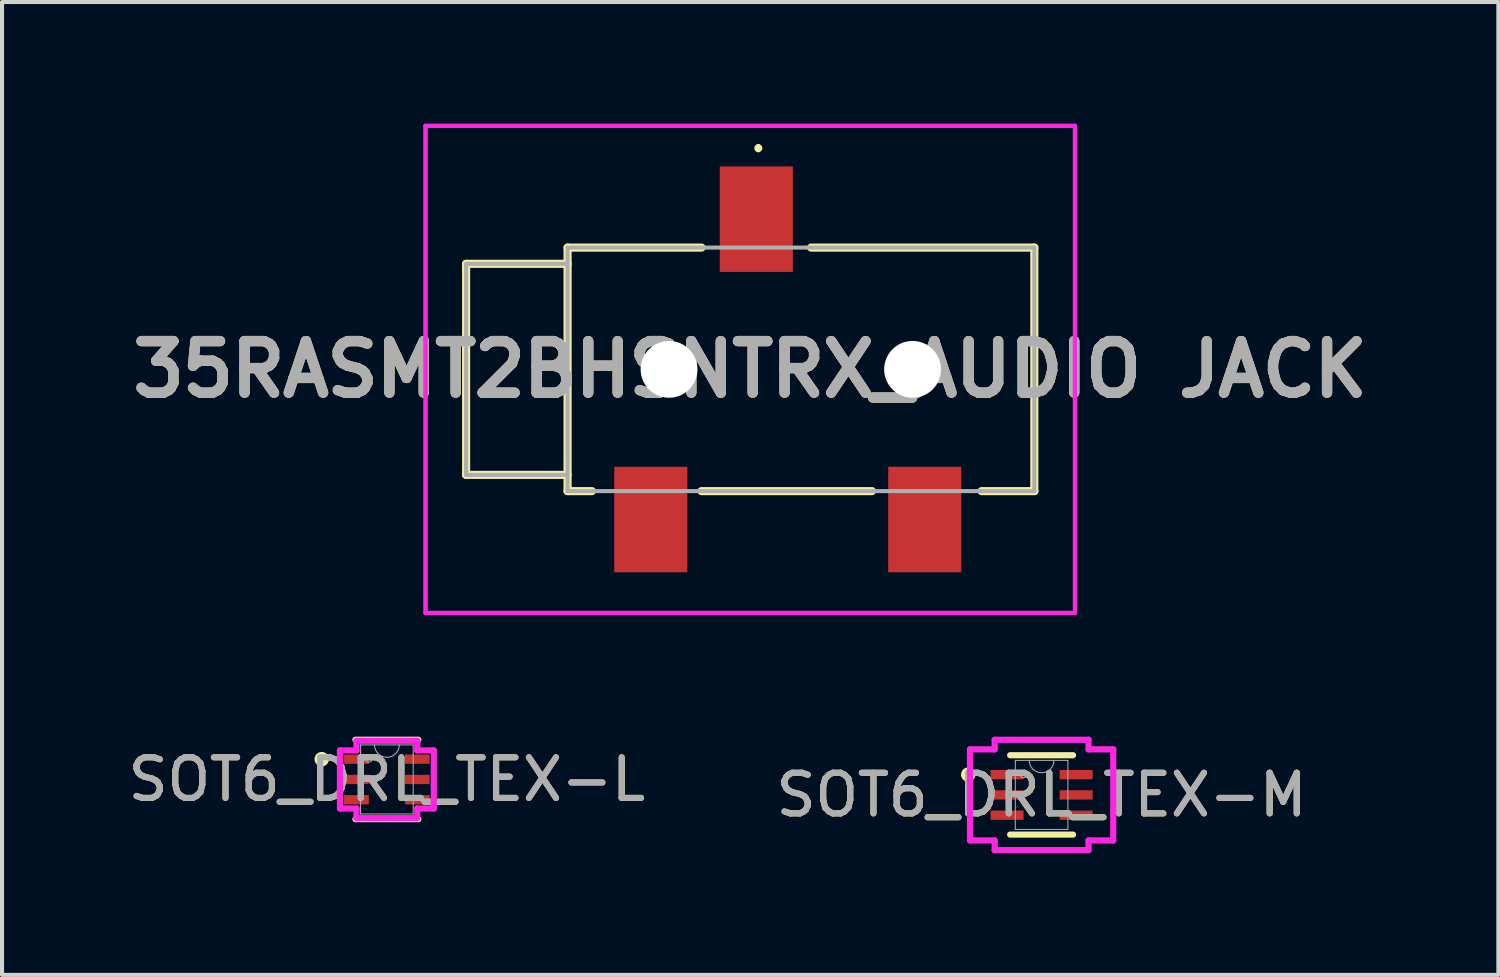
<source format=kicad_pcb>
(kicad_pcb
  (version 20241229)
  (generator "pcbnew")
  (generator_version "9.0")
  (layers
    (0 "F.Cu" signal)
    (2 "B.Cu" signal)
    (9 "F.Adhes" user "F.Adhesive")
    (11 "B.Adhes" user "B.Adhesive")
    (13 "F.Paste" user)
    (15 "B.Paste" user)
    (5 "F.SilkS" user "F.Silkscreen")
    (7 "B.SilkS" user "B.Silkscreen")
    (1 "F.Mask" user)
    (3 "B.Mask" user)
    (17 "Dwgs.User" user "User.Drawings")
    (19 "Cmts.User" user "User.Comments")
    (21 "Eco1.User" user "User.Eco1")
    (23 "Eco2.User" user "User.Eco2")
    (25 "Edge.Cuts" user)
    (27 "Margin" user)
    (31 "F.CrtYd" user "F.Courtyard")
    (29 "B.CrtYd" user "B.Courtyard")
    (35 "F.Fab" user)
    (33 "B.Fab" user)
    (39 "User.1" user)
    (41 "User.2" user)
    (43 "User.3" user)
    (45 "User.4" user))
  (footprint "SOT6_DRL_TEX-M"
    (layer "F.Cu")
    (at 22.613 16.535)
    (property "Reference" "SOT6_DRL_TEX-M" (at 0 0 0) (unlocked yes) (layer "F.SilkS") (effects (font (size 1 1) (thickness 0.15))))
    (attr smd)
    (fp_line (start -0.775 0.978) (end 0.775 0.978) (stroke (width 0.152) (type solid)) (layer "F.SilkS"))
    (fp_line (start 0.775 -0.978) (end -0.775 -0.978) (stroke (width 0.152) (type solid)) (layer "F.SilkS"))
    (fp_circle (center -1.808 -0.5) (end -1.707 -0.5) (stroke (width 0.152) (type solid)) (fill no) (layer "F.SilkS"))
    (fp_line (start -1.765 -1.122) (end -1.156 -1.122) (stroke (width 0.152) (type solid)) (layer "F.CrtYd"))
    (fp_line (start -1.765 1.122) (end -1.765 -1.122) (stroke (width 0.152) (type solid)) (layer "F.CrtYd"))
    (fp_line (start -1.765 1.122) (end -1.156 1.122) (stroke (width 0.152) (type solid)) (layer "F.CrtYd"))
    (fp_line (start -1.156 -1.359) (end 1.156 -1.359) (stroke (width 0.152) (type solid)) (layer "F.CrtYd"))
    (fp_line (start -1.156 -1.122) (end -1.156 -1.359) (stroke (width 0.152) (type solid)) (layer "F.CrtYd"))
    (fp_line (start -1.156 1.359) (end -1.156 1.122) (stroke (width 0.152) (type solid)) (layer "F.CrtYd"))
    (fp_line (start 1.156 -1.359) (end 1.156 -1.122) (stroke (width 0.152) (type solid)) (layer "F.CrtYd"))
    (fp_line (start 1.156 1.122) (end 1.156 1.359) (stroke (width 0.152) (type solid)) (layer "F.CrtYd"))
    (fp_line (start 1.156 1.359) (end -1.156 1.359) (stroke (width 0.152) (type solid)) (layer "F.CrtYd"))
    (fp_line (start 1.765 -1.122) (end 1.156 -1.122) (stroke (width 0.152) (type solid)) (layer "F.CrtYd"))
    (fp_line (start 1.765 -1.122) (end 1.765 1.122) (stroke (width 0.152) (type solid)) (layer "F.CrtYd"))
    (fp_line (start 1.765 1.122) (end 1.156 1.122) (stroke (width 0.152) (type solid)) (layer "F.CrtYd"))
    (fp_line (start -0.648 -0.851) (end -0.648 0.851) (stroke (width 0.025) (type solid)) (layer "F.Fab"))
    (fp_line (start -0.648 0.851) (end 0.648 0.851) (stroke (width 0.025) (type solid)) (layer "F.Fab"))
    (fp_line (start 0.648 -0.851) (end -0.648 -0.851) (stroke (width 0.025) (type solid)) (layer "F.Fab"))
    (fp_line (start 0.648 0.851) (end 0.648 -0.851) (stroke (width 0.025) (type solid)) (layer "F.Fab"))
    (fp_arc (start 0.3048 -0.8509) (mid 0 -0.5461) (end -0.3048 -0.8509) (stroke (width 0.0254) (type solid)) (layer "F.Fab"))
    (fp_circle (center -0.445 -0.5) (end -0.368 -0.5) (stroke (width 0.025) (type solid)) (fill no) (layer "F.Fab"))
    (fp_text user "${REFERENCE}" (at 0 0 0) (unlocked yes) (layer "F.Fab") (effects (font (size 1 1) (thickness 0.15))))
    (pad "1" smd rect (at -0.851 -0.5) (size 0.813 0.229) (layers "F.Cu" "F.Mask" "F.Paste"))
    (pad "2" smd rect (at -0.851 0) (size 0.813 0.229) (layers "F.Cu" "F.Mask" "F.Paste"))
    (pad "3" smd rect (at -0.851 0.5) (size 0.813 0.229) (layers "F.Cu" "F.Mask" "F.Paste"))
    (pad "4" smd rect (at 0.851 0.5) (size 0.813 0.229) (layers "F.Cu" "F.Mask" "F.Paste"))
    (pad "5" smd rect (at 0.851 0) (size 0.813 0.229) (layers "F.Cu" "F.Mask" "F.Paste"))
    (pad "6" smd rect (at 0.851 -0.5) (size 0.813 0.229) (layers "F.Cu" "F.Mask" "F.Paste")))
  (footprint "35RASMT2BHSNTRX_AUDIO JACK"
    (layer "F.Cu")
    (at 15.434 6.05)
    (property "Reference" "35RASMT2BHSNTRX_AUDIO JACK" (at 0 0 0) (layer "F.SilkS") (effects (font (size 1.27 1.27) (thickness 0.254))))
    (attr through_hole)
    (fp_line (start -7 -2.6) (end -7 2.6) (stroke (width 0.2) (type solid)) (layer "F.SilkS"))
    (fp_line (start -7 2.6) (end -4.5 2.6) (stroke (width 0.2) (type solid)) (layer "F.SilkS"))
    (fp_line (start -4.5 -3) (end -4.5 3) (stroke (width 0.2) (type solid)) (layer "F.SilkS"))
    (fp_line (start -4.5 -2.6) (end -7 -2.6) (stroke (width 0.2) (type solid)) (layer "F.SilkS"))
    (fp_line (start -4.5 3) (end -3.9 3) (stroke (width 0.2) (type solid)) (layer "F.SilkS"))
    (fp_line (start -1.2 -3) (end -4.5 -3) (stroke (width 0.2) (type solid)) (layer "F.SilkS"))
    (fp_line (start 0.2 -5.5) (end 0.2 -5.5) (stroke (width 0.1) (type solid)) (layer "F.SilkS"))
    (fp_line (start 0.2 -5.4) (end 0.2 -5.4) (stroke (width 0.1) (type solid)) (layer "F.SilkS"))
    (fp_line (start 1.5 -3) (end 7 -3) (stroke (width 0.2) (type solid)) (layer "F.SilkS"))
    (fp_line (start 3 3) (end -1.2 3) (stroke (width 0.2) (type solid)) (layer "F.SilkS"))
    (fp_line (start 7 -3) (end 7 3) (stroke (width 0.2) (type solid)) (layer "F.SilkS"))
    (fp_line (start 7 3) (end 5.7 3) (stroke (width 0.2) (type solid)) (layer "F.SilkS"))
    (fp_arc (start 0.2 -5.5) (mid 0.25 -5.45) (end 0.2 -5.4) (stroke (width 0.1) (type solid)) (layer "F.SilkS"))
    (fp_arc (start 0.2 -5.4) (mid 0.15 -5.45) (end 0.2 -5.5) (stroke (width 0.1) (type solid)) (layer "F.SilkS"))
    (fp_line (start -8 -6) (end 8 -6) (stroke (width 0.1) (type solid)) (layer "F.CrtYd"))
    (fp_line (start -8 -6) (end 8 -6) (stroke (width 0.1) (type solid)) (layer "F.CrtYd"))
    (fp_line (start -8 6) (end -8 -6) (stroke (width 0.1) (type solid)) (layer "F.CrtYd"))
    (fp_line (start -8 6) (end -8 -6) (stroke (width 0.1) (type solid)) (layer "F.CrtYd"))
    (fp_line (start 8 -6) (end 8 6) (stroke (width 0.1) (type solid)) (layer "F.CrtYd"))
    (fp_line (start 8 -6) (end 8 6) (stroke (width 0.1) (type solid)) (layer "F.CrtYd"))
    (fp_line (start 8 6) (end -8 6) (stroke (width 0.1) (type solid)) (layer "F.CrtYd"))
    (fp_line (start 8 6) (end -8 6) (stroke (width 0.1) (type solid)) (layer "F.CrtYd"))
    (fp_line (start -7 -2.6) (end -7 2.6) (stroke (width 0.1) (type solid)) (layer "F.Fab"))
    (fp_line (start -7 2.6) (end -4.5 2.6) (stroke (width 0.1) (type solid)) (layer "F.Fab"))
    (fp_line (start -4.5 -3) (end 7 -3) (stroke (width 0.1) (type solid)) (layer "F.Fab"))
    (fp_line (start -4.5 -2.6) (end -7 -2.6) (stroke (width 0.1) (type solid)) (layer "F.Fab"))
    (fp_line (start -4.5 3) (end -4.5 -3) (stroke (width 0.1) (type solid)) (layer "F.Fab"))
    (fp_line (start 7 -3) (end 7 3) (stroke (width 0.1) (type solid)) (layer "F.Fab"))
    (fp_line (start 7 3) (end -4.5 3) (stroke (width 0.1) (type solid)) (layer "F.Fab"))
    (fp_text user "${REFERENCE}" (at 0 0 0) (layer "F.Fab") (effects (font (size 1.27 1.27) (thickness 0.254))))
    (pad "" np_thru_hole circle (at -2 0) (size 1.4 1.4) (drill 1.4) (layers "*.Cu" "*.Mask"))
    (pad "" np_thru_hole circle (at 4 0) (size 1.4 1.4) (drill 1.4) (layers "*.Cu" "*.Mask"))
    (pad "1" smd rect (at 0.15 -3.7) (size 1.8 2.6) (layers "F.Cu" "F.Mask" "F.Paste"))
    (pad "4" smd rect (at 4.3 3.7) (size 1.8 2.6) (layers "F.Cu" "F.Mask" "F.Paste"))
    (pad "5" smd rect (at -2.45 3.7) (size 1.8 2.6) (layers "F.Cu" "F.Mask" "F.Paste")))
  (footprint "SOT6_DRL_TEX-L"
    (layer "F.Cu")
    (at 6.482 16.154)
    (property "Reference" "SOT6_DRL_TEX-L" (at 0 0 0) (unlocked yes) (layer "F.SilkS") (effects (font (size 1 1) (thickness 0.15))))
    (attr smd)
    (fp_line (start -0.775 0.978) (end 0.775 0.978) (stroke (width 0.152) (type solid)) (layer "F.SilkS"))
    (fp_line (start 0.775 -0.978) (end -0.775 -0.978) (stroke (width 0.152) (type solid)) (layer "F.SilkS"))
    (fp_circle (center -1.605 -0.5) (end -1.503 -0.5) (stroke (width 0.152) (type solid)) (fill no) (layer "F.SilkS"))
    (fp_line (start -1.156 -0.716) (end -0.749 -0.716) (stroke (width 0.152) (type solid)) (layer "F.CrtYd"))
    (fp_line (start -1.156 0.716) (end -1.156 -0.716) (stroke (width 0.152) (type solid)) (layer "F.CrtYd"))
    (fp_line (start -1.156 0.716) (end -0.749 0.716) (stroke (width 0.152) (type solid)) (layer "F.CrtYd"))
    (fp_line (start -0.749 -0.953) (end 0.749 -0.953) (stroke (width 0.152) (type solid)) (layer "F.CrtYd"))
    (fp_line (start -0.749 -0.716) (end -0.749 -0.953) (stroke (width 0.152) (type solid)) (layer "F.CrtYd"))
    (fp_line (start -0.749 0.953) (end -0.749 0.716) (stroke (width 0.152) (type solid)) (layer "F.CrtYd"))
    (fp_line (start 0.749 -0.953) (end 0.749 -0.716) (stroke (width 0.152) (type solid)) (layer "F.CrtYd"))
    (fp_line (start 0.749 0.716) (end 0.749 0.953) (stroke (width 0.152) (type solid)) (layer "F.CrtYd"))
    (fp_line (start 0.749 0.953) (end -0.749 0.953) (stroke (width 0.152) (type solid)) (layer "F.CrtYd"))
    (fp_line (start 1.156 -0.716) (end 0.749 -0.716) (stroke (width 0.152) (type solid)) (layer "F.CrtYd"))
    (fp_line (start 1.156 -0.716) (end 1.156 0.716) (stroke (width 0.152) (type solid)) (layer "F.CrtYd"))
    (fp_line (start 1.156 0.716) (end 0.749 0.716) (stroke (width 0.152) (type solid)) (layer "F.CrtYd"))
    (fp_line (start -0.648 -0.851) (end -0.648 0.851) (stroke (width 0.025) (type solid)) (layer "F.Fab"))
    (fp_line (start -0.648 0.851) (end 0.648 0.851) (stroke (width 0.025) (type solid)) (layer "F.Fab"))
    (fp_line (start 0.648 -0.851) (end -0.648 -0.851) (stroke (width 0.025) (type solid)) (layer "F.Fab"))
    (fp_line (start 0.648 0.851) (end 0.648 -0.851) (stroke (width 0.025) (type solid)) (layer "F.Fab"))
    (fp_arc (start 0.3048 -0.8509) (mid 0 -0.5461) (end -0.3048 -0.8509) (stroke (width 0.0254) (type solid)) (layer "F.Fab"))
    (fp_circle (center -0.445 -0.5) (end -0.368 -0.5) (stroke (width 0.025) (type solid)) (fill no) (layer "F.Fab"))
    (fp_text user "${REFERENCE}" (at 0 0 0) (unlocked yes) (layer "F.Fab") (effects (font (size 1 1) (thickness 0.15))))
    (pad "1" smd rect (at -0.749 -0.5) (size 0.61 0.229) (layers "F.Cu" "F.Mask" "F.Paste"))
    (pad "2" smd rect (at -0.749 0) (size 0.61 0.229) (layers "F.Cu" "F.Mask" "F.Paste"))
    (pad "3" smd rect (at -0.749 0.5) (size 0.61 0.229) (layers "F.Cu" "F.Mask" "F.Paste"))
    (pad "4" smd rect (at 0.749 0.5) (size 0.61 0.229) (layers "F.Cu" "F.Mask" "F.Paste"))
    (pad "5" smd rect (at 0.749 0) (size 0.61 0.229) (layers "F.Cu" "F.Mask" "F.Paste"))
    (pad "6" smd rect (at 0.749 -0.5) (size 0.61 0.229) (layers "F.Cu" "F.Mask" "F.Paste")))
  (gr_rect
    (start -3 -3)
    (end 33.867 20.97)
    (stroke (width 0.1) (type default))
    (fill no)
    (layer "Edge.Cuts")))
</source>
